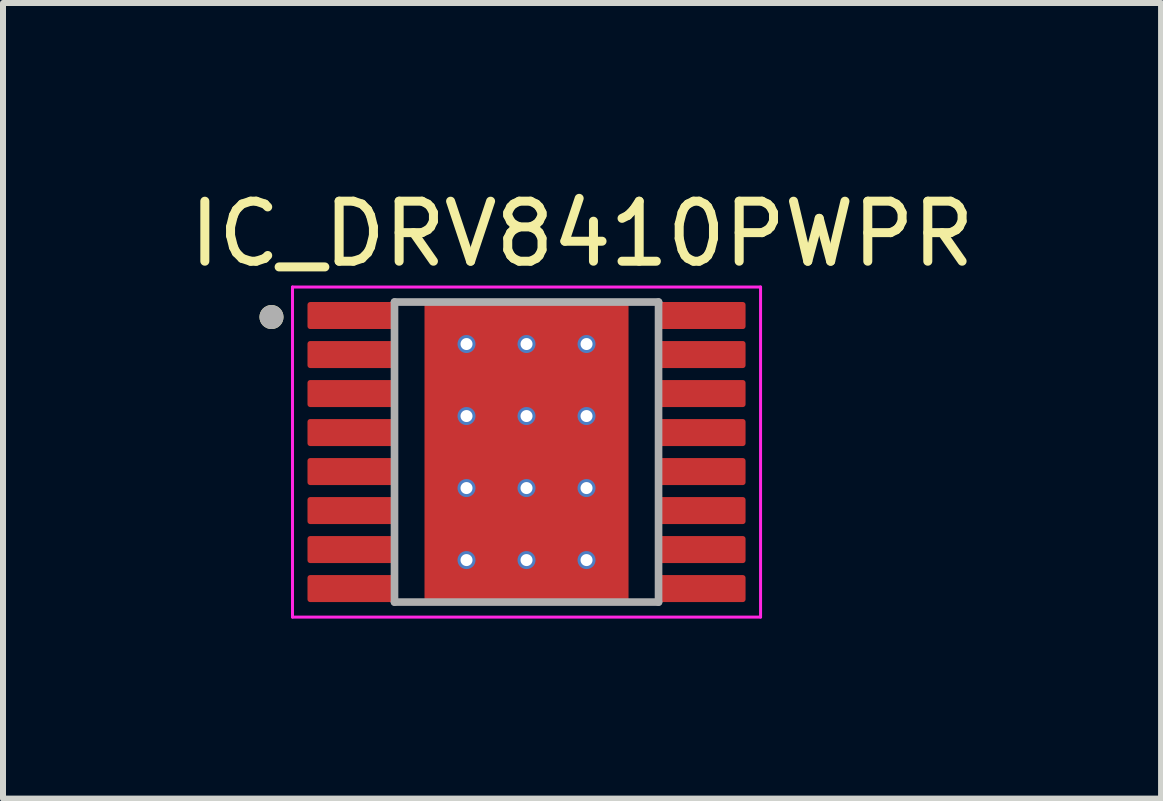
<source format=kicad_pcb>
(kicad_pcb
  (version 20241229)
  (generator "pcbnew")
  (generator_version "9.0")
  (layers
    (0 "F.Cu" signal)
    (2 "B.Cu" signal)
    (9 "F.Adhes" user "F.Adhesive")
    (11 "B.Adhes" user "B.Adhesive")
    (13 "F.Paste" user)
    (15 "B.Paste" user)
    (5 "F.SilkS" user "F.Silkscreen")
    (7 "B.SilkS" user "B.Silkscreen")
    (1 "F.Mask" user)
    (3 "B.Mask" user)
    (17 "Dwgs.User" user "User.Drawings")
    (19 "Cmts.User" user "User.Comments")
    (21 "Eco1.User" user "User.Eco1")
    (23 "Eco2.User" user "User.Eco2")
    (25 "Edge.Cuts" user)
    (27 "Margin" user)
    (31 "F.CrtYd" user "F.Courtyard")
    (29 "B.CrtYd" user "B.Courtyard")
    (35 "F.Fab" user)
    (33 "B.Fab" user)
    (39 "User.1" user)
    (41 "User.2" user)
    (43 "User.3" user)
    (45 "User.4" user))
  (footprint "IC_DRV8410PWPR"
    (layer "F.Cu")
    (at 5.724 4.483)
    (property "Reference" "IC_DRV8410PWPR" (at 0.925 -3.635 0) (layer "F.SilkS") (effects (font (size 1 1) (thickness 0.15))))
    (attr smd)
    (fp_poly (pts (xy -3.6 -2.55) (xy -2.2 -2.55) (xy -2.195 -2.55) (xy -2.19 -2.549) (xy -2.184 -2.549) (xy -2.179 -2.548) (xy -2.174 -2.547) (xy -2.169 -2.545) (xy -2.164 -2.543) (xy -2.159 -2.541) (xy -2.155 -2.539) (xy -2.15 -2.537) (xy -2.146 -2.534) (xy -2.141 -2.531) (xy -2.137 -2.528) (xy -2.133 -2.524) (xy -2.129 -2.521) (xy -2.126 -2.517) (xy -2.122 -2.513) (xy -2.119 -2.509) (xy -2.116 -2.504) (xy -2.113 -2.5) (xy -2.111 -2.495) (xy -2.109 -2.491) (xy -2.107 -2.486) (xy -2.105 -2.481) (xy -2.103 -2.476) (xy -2.102 -2.471) (xy -2.101 -2.466) (xy -2.101 -2.46) (xy -2.1 -2.455) (xy -2.1 -2.45) (xy -2.1 -2.1) (xy -2.1 -2.095) (xy -2.101 -2.09) (xy -2.101 -2.084) (xy -2.102 -2.079) (xy -2.103 -2.074) (xy -2.105 -2.069) (xy -2.107 -2.064) (xy -2.109 -2.059) (xy -2.111 -2.055) (xy -2.113 -2.05) (xy -2.116 -2.046) (xy -2.119 -2.041) (xy -2.122 -2.037) (xy -2.126 -2.033) (xy -2.129 -2.029) (xy -2.133 -2.026) (xy -2.137 -2.022) (xy -2.141 -2.019) (xy -2.146 -2.016) (xy -2.15 -2.013) (xy -2.155 -2.011) (xy -2.159 -2.009) (xy -2.164 -2.007) (xy -2.169 -2.005) (xy -2.174 -2.003) (xy -2.179 -2.002) (xy -2.184 -2.001) (xy -2.19 -2.001) (xy -2.195 -2) (xy -2.2 -2) (xy -3.6 -2) (xy -3.605 -2) (xy -3.61 -2.001) (xy -3.616 -2.001) (xy -3.621 -2.002) (xy -3.626 -2.003) (xy -3.631 -2.005) (xy -3.636 -2.007) (xy -3.641 -2.009) (xy -3.645 -2.011) (xy -3.65 -2.013) (xy -3.654 -2.016) (xy -3.659 -2.019) (xy -3.663 -2.022) (xy -3.667 -2.026) (xy -3.671 -2.029) (xy -3.674 -2.033) (xy -3.678 -2.037) (xy -3.681 -2.041) (xy -3.684 -2.046) (xy -3.687 -2.05) (xy -3.689 -2.055) (xy -3.691 -2.059) (xy -3.693 -2.064) (xy -3.695 -2.069) (xy -3.697 -2.074) (xy -3.698 -2.079) (xy -3.699 -2.084) (xy -3.699 -2.09) (xy -3.7 -2.095) (xy -3.7 -2.1) (xy -3.7 -2.45) (xy -3.7 -2.455) (xy -3.699 -2.46) (xy -3.699 -2.466) (xy -3.698 -2.471) (xy -3.697 -2.476) (xy -3.695 -2.481) (xy -3.693 -2.486) (xy -3.691 -2.491) (xy -3.689 -2.495) (xy -3.687 -2.5) (xy -3.684 -2.504) (xy -3.681 -2.509) (xy -3.678 -2.513) (xy -3.674 -2.517) (xy -3.671 -2.521) (xy -3.667 -2.524) (xy -3.663 -2.528) (xy -3.659 -2.531) (xy -3.654 -2.534) (xy -3.65 -2.537) (xy -3.645 -2.539) (xy -3.641 -2.541) (xy -3.636 -2.543) (xy -3.631 -2.545) (xy -3.626 -2.547) (xy -3.621 -2.548) (xy -3.616 -2.549) (xy -3.61 -2.549) (xy -3.605 -2.55) (xy -3.6 -2.55)) (stroke (width 0.01) (type solid)) (fill yes) (layer "F.Mask"))
    (fp_poly (pts (xy -3.6 -1.9) (xy -2.2 -1.9) (xy -2.195 -1.9) (xy -2.19 -1.899) (xy -2.184 -1.899) (xy -2.179 -1.898) (xy -2.174 -1.897) (xy -2.169 -1.895) (xy -2.164 -1.893) (xy -2.159 -1.891) (xy -2.155 -1.889) (xy -2.15 -1.887) (xy -2.146 -1.884) (xy -2.141 -1.881) (xy -2.137 -1.878) (xy -2.133 -1.874) (xy -2.129 -1.871) (xy -2.126 -1.867) (xy -2.122 -1.863) (xy -2.119 -1.859) (xy -2.116 -1.854) (xy -2.113 -1.85) (xy -2.111 -1.845) (xy -2.109 -1.841) (xy -2.107 -1.836) (xy -2.105 -1.831) (xy -2.103 -1.826) (xy -2.102 -1.821) (xy -2.101 -1.816) (xy -2.101 -1.81) (xy -2.1 -1.805) (xy -2.1 -1.8) (xy -2.1 -1.45) (xy -2.1 -1.445) (xy -2.101 -1.44) (xy -2.101 -1.434) (xy -2.102 -1.429) (xy -2.103 -1.424) (xy -2.105 -1.419) (xy -2.107 -1.414) (xy -2.109 -1.409) (xy -2.111 -1.405) (xy -2.113 -1.4) (xy -2.116 -1.396) (xy -2.119 -1.391) (xy -2.122 -1.387) (xy -2.126 -1.383) (xy -2.129 -1.379) (xy -2.133 -1.376) (xy -2.137 -1.372) (xy -2.141 -1.369) (xy -2.146 -1.366) (xy -2.15 -1.363) (xy -2.155 -1.361) (xy -2.159 -1.359) (xy -2.164 -1.357) (xy -2.169 -1.355) (xy -2.174 -1.353) (xy -2.179 -1.352) (xy -2.184 -1.351) (xy -2.19 -1.351) (xy -2.195 -1.35) (xy -2.2 -1.35) (xy -3.6 -1.35) (xy -3.605 -1.35) (xy -3.61 -1.351) (xy -3.616 -1.351) (xy -3.621 -1.352) (xy -3.626 -1.353) (xy -3.631 -1.355) (xy -3.636 -1.357) (xy -3.641 -1.359) (xy -3.645 -1.361) (xy -3.65 -1.363) (xy -3.654 -1.366) (xy -3.659 -1.369) (xy -3.663 -1.372) (xy -3.667 -1.376) (xy -3.671 -1.379) (xy -3.674 -1.383) (xy -3.678 -1.387) (xy -3.681 -1.391) (xy -3.684 -1.396) (xy -3.687 -1.4) (xy -3.689 -1.405) (xy -3.691 -1.409) (xy -3.693 -1.414) (xy -3.695 -1.419) (xy -3.697 -1.424) (xy -3.698 -1.429) (xy -3.699 -1.434) (xy -3.699 -1.44) (xy -3.7 -1.445) (xy -3.7 -1.45) (xy -3.7 -1.8) (xy -3.7 -1.805) (xy -3.699 -1.81) (xy -3.699 -1.816) (xy -3.698 -1.821) (xy -3.697 -1.826) (xy -3.695 -1.831) (xy -3.693 -1.836) (xy -3.691 -1.841) (xy -3.689 -1.845) (xy -3.687 -1.85) (xy -3.684 -1.854) (xy -3.681 -1.859) (xy -3.678 -1.863) (xy -3.674 -1.867) (xy -3.671 -1.871) (xy -3.667 -1.874) (xy -3.663 -1.878) (xy -3.659 -1.881) (xy -3.654 -1.884) (xy -3.65 -1.887) (xy -3.645 -1.889) (xy -3.641 -1.891) (xy -3.636 -1.893) (xy -3.631 -1.895) (xy -3.626 -1.897) (xy -3.621 -1.898) (xy -3.616 -1.899) (xy -3.61 -1.899) (xy -3.605 -1.9) (xy -3.6 -1.9)) (stroke (width 0.01) (type solid)) (fill yes) (layer "F.Mask"))
    (fp_poly (pts (xy -3.6 -1.25) (xy -2.2 -1.25) (xy -2.195 -1.25) (xy -2.19 -1.249) (xy -2.184 -1.249) (xy -2.179 -1.248) (xy -2.174 -1.247) (xy -2.169 -1.245) (xy -2.164 -1.243) (xy -2.159 -1.241) (xy -2.155 -1.239) (xy -2.15 -1.237) (xy -2.146 -1.234) (xy -2.141 -1.231) (xy -2.137 -1.228) (xy -2.133 -1.224) (xy -2.129 -1.221) (xy -2.126 -1.217) (xy -2.122 -1.213) (xy -2.119 -1.209) (xy -2.116 -1.204) (xy -2.113 -1.2) (xy -2.111 -1.195) (xy -2.109 -1.191) (xy -2.107 -1.186) (xy -2.105 -1.181) (xy -2.103 -1.176) (xy -2.102 -1.171) (xy -2.101 -1.166) (xy -2.101 -1.16) (xy -2.1 -1.155) (xy -2.1 -1.15) (xy -2.1 -0.8) (xy -2.1 -0.795) (xy -2.101 -0.79) (xy -2.101 -0.784) (xy -2.102 -0.779) (xy -2.103 -0.774) (xy -2.105 -0.769) (xy -2.107 -0.764) (xy -2.109 -0.759) (xy -2.111 -0.755) (xy -2.113 -0.75) (xy -2.116 -0.746) (xy -2.119 -0.741) (xy -2.122 -0.737) (xy -2.126 -0.733) (xy -2.129 -0.729) (xy -2.133 -0.726) (xy -2.137 -0.722) (xy -2.141 -0.719) (xy -2.146 -0.716) (xy -2.15 -0.713) (xy -2.155 -0.711) (xy -2.159 -0.709) (xy -2.164 -0.707) (xy -2.169 -0.705) (xy -2.174 -0.703) (xy -2.179 -0.702) (xy -2.184 -0.701) (xy -2.19 -0.701) (xy -2.195 -0.7) (xy -2.2 -0.7) (xy -3.6 -0.7) (xy -3.605 -0.7) (xy -3.61 -0.701) (xy -3.616 -0.701) (xy -3.621 -0.702) (xy -3.626 -0.703) (xy -3.631 -0.705) (xy -3.636 -0.707) (xy -3.641 -0.709) (xy -3.645 -0.711) (xy -3.65 -0.713) (xy -3.654 -0.716) (xy -3.659 -0.719) (xy -3.663 -0.722) (xy -3.667 -0.726) (xy -3.671 -0.729) (xy -3.674 -0.733) (xy -3.678 -0.737) (xy -3.681 -0.741) (xy -3.684 -0.746) (xy -3.687 -0.75) (xy -3.689 -0.755) (xy -3.691 -0.759) (xy -3.693 -0.764) (xy -3.695 -0.769) (xy -3.697 -0.774) (xy -3.698 -0.779) (xy -3.699 -0.784) (xy -3.699 -0.79) (xy -3.7 -0.795) (xy -3.7 -0.8) (xy -3.7 -1.15) (xy -3.7 -1.155) (xy -3.699 -1.16) (xy -3.699 -1.166) (xy -3.698 -1.171) (xy -3.697 -1.176) (xy -3.695 -1.181) (xy -3.693 -1.186) (xy -3.691 -1.191) (xy -3.689 -1.195) (xy -3.687 -1.2) (xy -3.684 -1.204) (xy -3.681 -1.209) (xy -3.678 -1.213) (xy -3.674 -1.217) (xy -3.671 -1.221) (xy -3.667 -1.224) (xy -3.663 -1.228) (xy -3.659 -1.231) (xy -3.654 -1.234) (xy -3.65 -1.237) (xy -3.645 -1.239) (xy -3.641 -1.241) (xy -3.636 -1.243) (xy -3.631 -1.245) (xy -3.626 -1.247) (xy -3.621 -1.248) (xy -3.616 -1.249) (xy -3.61 -1.249) (xy -3.605 -1.25) (xy -3.6 -1.25)) (stroke (width 0.01) (type solid)) (fill yes) (layer "F.Mask"))
    (fp_poly (pts (xy -3.6 -0.6) (xy -2.2 -0.6) (xy -2.195 -0.6) (xy -2.19 -0.599) (xy -2.184 -0.599) (xy -2.179 -0.598) (xy -2.174 -0.597) (xy -2.169 -0.595) (xy -2.164 -0.593) (xy -2.159 -0.591) (xy -2.155 -0.589) (xy -2.15 -0.587) (xy -2.146 -0.584) (xy -2.141 -0.581) (xy -2.137 -0.578) (xy -2.133 -0.574) (xy -2.129 -0.571) (xy -2.126 -0.567) (xy -2.122 -0.563) (xy -2.119 -0.559) (xy -2.116 -0.554) (xy -2.113 -0.55) (xy -2.111 -0.545) (xy -2.109 -0.541) (xy -2.107 -0.536) (xy -2.105 -0.531) (xy -2.103 -0.526) (xy -2.102 -0.521) (xy -2.101 -0.516) (xy -2.101 -0.51) (xy -2.1 -0.505) (xy -2.1 -0.5) (xy -2.1 -0.15) (xy -2.1 -0.145) (xy -2.101 -0.14) (xy -2.101 -0.134) (xy -2.102 -0.129) (xy -2.103 -0.124) (xy -2.105 -0.119) (xy -2.107 -0.114) (xy -2.109 -0.109) (xy -2.111 -0.105) (xy -2.113 -0.1) (xy -2.116 -0.096) (xy -2.119 -0.091) (xy -2.122 -0.087) (xy -2.126 -0.083) (xy -2.129 -0.079) (xy -2.133 -0.076) (xy -2.137 -0.072) (xy -2.141 -0.069) (xy -2.146 -0.066) (xy -2.15 -0.063) (xy -2.155 -0.061) (xy -2.159 -0.059) (xy -2.164 -0.057) (xy -2.169 -0.055) (xy -2.174 -0.053) (xy -2.179 -0.052) (xy -2.184 -0.051) (xy -2.19 -0.051) (xy -2.195 -0.05) (xy -2.2 -0.05) (xy -3.6 -0.05) (xy -3.605 -0.05) (xy -3.61 -0.051) (xy -3.616 -0.051) (xy -3.621 -0.052) (xy -3.626 -0.053) (xy -3.631 -0.055) (xy -3.636 -0.057) (xy -3.641 -0.059) (xy -3.645 -0.061) (xy -3.65 -0.063) (xy -3.654 -0.066) (xy -3.659 -0.069) (xy -3.663 -0.072) (xy -3.667 -0.076) (xy -3.671 -0.079) (xy -3.674 -0.083) (xy -3.678 -0.087) (xy -3.681 -0.091) (xy -3.684 -0.096) (xy -3.687 -0.1) (xy -3.689 -0.105) (xy -3.691 -0.109) (xy -3.693 -0.114) (xy -3.695 -0.119) (xy -3.697 -0.124) (xy -3.698 -0.129) (xy -3.699 -0.134) (xy -3.699 -0.14) (xy -3.7 -0.145) (xy -3.7 -0.15) (xy -3.7 -0.5) (xy -3.7 -0.505) (xy -3.699 -0.51) (xy -3.699 -0.516) (xy -3.698 -0.521) (xy -3.697 -0.526) (xy -3.695 -0.531) (xy -3.693 -0.536) (xy -3.691 -0.541) (xy -3.689 -0.545) (xy -3.687 -0.55) (xy -3.684 -0.554) (xy -3.681 -0.559) (xy -3.678 -0.563) (xy -3.674 -0.567) (xy -3.671 -0.571) (xy -3.667 -0.574) (xy -3.663 -0.578) (xy -3.659 -0.581) (xy -3.654 -0.584) (xy -3.65 -0.587) (xy -3.645 -0.589) (xy -3.641 -0.591) (xy -3.636 -0.593) (xy -3.631 -0.595) (xy -3.626 -0.597) (xy -3.621 -0.598) (xy -3.616 -0.599) (xy -3.61 -0.599) (xy -3.605 -0.6) (xy -3.6 -0.6)) (stroke (width 0.01) (type solid)) (fill yes) (layer "F.Mask"))
    (fp_poly (pts (xy -3.6 0.05) (xy -2.2 0.05) (xy -2.195 0.05) (xy -2.19 0.051) (xy -2.184 0.051) (xy -2.179 0.052) (xy -2.174 0.053) (xy -2.169 0.055) (xy -2.164 0.057) (xy -2.159 0.059) (xy -2.155 0.061) (xy -2.15 0.063) (xy -2.146 0.066) (xy -2.141 0.069) (xy -2.137 0.072) (xy -2.133 0.076) (xy -2.129 0.079) (xy -2.126 0.083) (xy -2.122 0.087) (xy -2.119 0.091) (xy -2.116 0.096) (xy -2.113 0.1) (xy -2.111 0.105) (xy -2.109 0.109) (xy -2.107 0.114) (xy -2.105 0.119) (xy -2.103 0.124) (xy -2.102 0.129) (xy -2.101 0.134) (xy -2.101 0.14) (xy -2.1 0.145) (xy -2.1 0.15) (xy -2.1 0.5) (xy -2.1 0.505) (xy -2.101 0.51) (xy -2.101 0.516) (xy -2.102 0.521) (xy -2.103 0.526) (xy -2.105 0.531) (xy -2.107 0.536) (xy -2.109 0.541) (xy -2.111 0.545) (xy -2.113 0.55) (xy -2.116 0.554) (xy -2.119 0.559) (xy -2.122 0.563) (xy -2.126 0.567) (xy -2.129 0.571) (xy -2.133 0.574) (xy -2.137 0.578) (xy -2.141 0.581) (xy -2.146 0.584) (xy -2.15 0.587) (xy -2.155 0.589) (xy -2.159 0.591) (xy -2.164 0.593) (xy -2.169 0.595) (xy -2.174 0.597) (xy -2.179 0.598) (xy -2.184 0.599) (xy -2.19 0.599) (xy -2.195 0.6) (xy -2.2 0.6) (xy -3.6 0.6) (xy -3.605 0.6) (xy -3.61 0.599) (xy -3.616 0.599) (xy -3.621 0.598) (xy -3.626 0.597) (xy -3.631 0.595) (xy -3.636 0.593) (xy -3.641 0.591) (xy -3.645 0.589) (xy -3.65 0.587) (xy -3.654 0.584) (xy -3.659 0.581) (xy -3.663 0.578) (xy -3.667 0.574) (xy -3.671 0.571) (xy -3.674 0.567) (xy -3.678 0.563) (xy -3.681 0.559) (xy -3.684 0.554) (xy -3.687 0.55) (xy -3.689 0.545) (xy -3.691 0.541) (xy -3.693 0.536) (xy -3.695 0.531) (xy -3.697 0.526) (xy -3.698 0.521) (xy -3.699 0.516) (xy -3.699 0.51) (xy -3.7 0.505) (xy -3.7 0.5) (xy -3.7 0.15) (xy -3.7 0.145) (xy -3.699 0.14) (xy -3.699 0.134) (xy -3.698 0.129) (xy -3.697 0.124) (xy -3.695 0.119) (xy -3.693 0.114) (xy -3.691 0.109) (xy -3.689 0.105) (xy -3.687 0.1) (xy -3.684 0.096) (xy -3.681 0.091) (xy -3.678 0.087) (xy -3.674 0.083) (xy -3.671 0.079) (xy -3.667 0.076) (xy -3.663 0.072) (xy -3.659 0.069) (xy -3.654 0.066) (xy -3.65 0.063) (xy -3.645 0.061) (xy -3.641 0.059) (xy -3.636 0.057) (xy -3.631 0.055) (xy -3.626 0.053) (xy -3.621 0.052) (xy -3.616 0.051) (xy -3.61 0.051) (xy -3.605 0.05) (xy -3.6 0.05)) (stroke (width 0.01) (type solid)) (fill yes) (layer "F.Mask"))
    (fp_poly (pts (xy -3.6 0.7) (xy -2.2 0.7) (xy -2.195 0.7) (xy -2.19 0.701) (xy -2.184 0.701) (xy -2.179 0.702) (xy -2.174 0.703) (xy -2.169 0.705) (xy -2.164 0.707) (xy -2.159 0.709) (xy -2.155 0.711) (xy -2.15 0.713) (xy -2.146 0.716) (xy -2.141 0.719) (xy -2.137 0.722) (xy -2.133 0.726) (xy -2.129 0.729) (xy -2.126 0.733) (xy -2.122 0.737) (xy -2.119 0.741) (xy -2.116 0.746) (xy -2.113 0.75) (xy -2.111 0.755) (xy -2.109 0.759) (xy -2.107 0.764) (xy -2.105 0.769) (xy -2.103 0.774) (xy -2.102 0.779) (xy -2.101 0.784) (xy -2.101 0.79) (xy -2.1 0.795) (xy -2.1 0.8) (xy -2.1 1.15) (xy -2.1 1.155) (xy -2.101 1.16) (xy -2.101 1.166) (xy -2.102 1.171) (xy -2.103 1.176) (xy -2.105 1.181) (xy -2.107 1.186) (xy -2.109 1.191) (xy -2.111 1.195) (xy -2.113 1.2) (xy -2.116 1.204) (xy -2.119 1.209) (xy -2.122 1.213) (xy -2.126 1.217) (xy -2.129 1.221) (xy -2.133 1.224) (xy -2.137 1.228) (xy -2.141 1.231) (xy -2.146 1.234) (xy -2.15 1.237) (xy -2.155 1.239) (xy -2.159 1.241) (xy -2.164 1.243) (xy -2.169 1.245) (xy -2.174 1.247) (xy -2.179 1.248) (xy -2.184 1.249) (xy -2.19 1.249) (xy -2.195 1.25) (xy -2.2 1.25) (xy -3.6 1.25) (xy -3.605 1.25) (xy -3.61 1.249) (xy -3.616 1.249) (xy -3.621 1.248) (xy -3.626 1.247) (xy -3.631 1.245) (xy -3.636 1.243) (xy -3.641 1.241) (xy -3.645 1.239) (xy -3.65 1.237) (xy -3.654 1.234) (xy -3.659 1.231) (xy -3.663 1.228) (xy -3.667 1.224) (xy -3.671 1.221) (xy -3.674 1.217) (xy -3.678 1.213) (xy -3.681 1.209) (xy -3.684 1.204) (xy -3.687 1.2) (xy -3.689 1.195) (xy -3.691 1.191) (xy -3.693 1.186) (xy -3.695 1.181) (xy -3.697 1.176) (xy -3.698 1.171) (xy -3.699 1.166) (xy -3.699 1.16) (xy -3.7 1.155) (xy -3.7 1.15) (xy -3.7 0.8) (xy -3.7 0.795) (xy -3.699 0.79) (xy -3.699 0.784) (xy -3.698 0.779) (xy -3.697 0.774) (xy -3.695 0.769) (xy -3.693 0.764) (xy -3.691 0.759) (xy -3.689 0.755) (xy -3.687 0.75) (xy -3.684 0.746) (xy -3.681 0.741) (xy -3.678 0.737) (xy -3.674 0.733) (xy -3.671 0.729) (xy -3.667 0.726) (xy -3.663 0.722) (xy -3.659 0.719) (xy -3.654 0.716) (xy -3.65 0.713) (xy -3.645 0.711) (xy -3.641 0.709) (xy -3.636 0.707) (xy -3.631 0.705) (xy -3.626 0.703) (xy -3.621 0.702) (xy -3.616 0.701) (xy -3.61 0.701) (xy -3.605 0.7) (xy -3.6 0.7)) (stroke (width 0.01) (type solid)) (fill yes) (layer "F.Mask"))
    (fp_poly (pts (xy -3.6 1.35) (xy -2.2 1.35) (xy -2.195 1.35) (xy -2.19 1.351) (xy -2.184 1.351) (xy -2.179 1.352) (xy -2.174 1.353) (xy -2.169 1.355) (xy -2.164 1.357) (xy -2.159 1.359) (xy -2.155 1.361) (xy -2.15 1.363) (xy -2.146 1.366) (xy -2.141 1.369) (xy -2.137 1.372) (xy -2.133 1.376) (xy -2.129 1.379) (xy -2.126 1.383) (xy -2.122 1.387) (xy -2.119 1.391) (xy -2.116 1.396) (xy -2.113 1.4) (xy -2.111 1.405) (xy -2.109 1.409) (xy -2.107 1.414) (xy -2.105 1.419) (xy -2.103 1.424) (xy -2.102 1.429) (xy -2.101 1.434) (xy -2.101 1.44) (xy -2.1 1.445) (xy -2.1 1.45) (xy -2.1 1.8) (xy -2.1 1.805) (xy -2.101 1.81) (xy -2.101 1.816) (xy -2.102 1.821) (xy -2.103 1.826) (xy -2.105 1.831) (xy -2.107 1.836) (xy -2.109 1.841) (xy -2.111 1.845) (xy -2.113 1.85) (xy -2.116 1.854) (xy -2.119 1.859) (xy -2.122 1.863) (xy -2.126 1.867) (xy -2.129 1.871) (xy -2.133 1.874) (xy -2.137 1.878) (xy -2.141 1.881) (xy -2.146 1.884) (xy -2.15 1.887) (xy -2.155 1.889) (xy -2.159 1.891) (xy -2.164 1.893) (xy -2.169 1.895) (xy -2.174 1.897) (xy -2.179 1.898) (xy -2.184 1.899) (xy -2.19 1.899) (xy -2.195 1.9) (xy -2.2 1.9) (xy -3.6 1.9) (xy -3.605 1.9) (xy -3.61 1.899) (xy -3.616 1.899) (xy -3.621 1.898) (xy -3.626 1.897) (xy -3.631 1.895) (xy -3.636 1.893) (xy -3.641 1.891) (xy -3.645 1.889) (xy -3.65 1.887) (xy -3.654 1.884) (xy -3.659 1.881) (xy -3.663 1.878) (xy -3.667 1.874) (xy -3.671 1.871) (xy -3.674 1.867) (xy -3.678 1.863) (xy -3.681 1.859) (xy -3.684 1.854) (xy -3.687 1.85) (xy -3.689 1.845) (xy -3.691 1.841) (xy -3.693 1.836) (xy -3.695 1.831) (xy -3.697 1.826) (xy -3.698 1.821) (xy -3.699 1.816) (xy -3.699 1.81) (xy -3.7 1.805) (xy -3.7 1.8) (xy -3.7 1.45) (xy -3.7 1.445) (xy -3.699 1.44) (xy -3.699 1.434) (xy -3.698 1.429) (xy -3.697 1.424) (xy -3.695 1.419) (xy -3.693 1.414) (xy -3.691 1.409) (xy -3.689 1.405) (xy -3.687 1.4) (xy -3.684 1.396) (xy -3.681 1.391) (xy -3.678 1.387) (xy -3.674 1.383) (xy -3.671 1.379) (xy -3.667 1.376) (xy -3.663 1.372) (xy -3.659 1.369) (xy -3.654 1.366) (xy -3.65 1.363) (xy -3.645 1.361) (xy -3.641 1.359) (xy -3.636 1.357) (xy -3.631 1.355) (xy -3.626 1.353) (xy -3.621 1.352) (xy -3.616 1.351) (xy -3.61 1.351) (xy -3.605 1.35) (xy -3.6 1.35)) (stroke (width 0.01) (type solid)) (fill yes) (layer "F.Mask"))
    (fp_poly (pts (xy -3.6 2) (xy -2.2 2) (xy -2.195 2) (xy -2.19 2.001) (xy -2.184 2.001) (xy -2.179 2.002) (xy -2.174 2.003) (xy -2.169 2.005) (xy -2.164 2.007) (xy -2.159 2.009) (xy -2.155 2.011) (xy -2.15 2.013) (xy -2.146 2.016) (xy -2.141 2.019) (xy -2.137 2.022) (xy -2.133 2.026) (xy -2.129 2.029) (xy -2.126 2.033) (xy -2.122 2.037) (xy -2.119 2.041) (xy -2.116 2.046) (xy -2.113 2.05) (xy -2.111 2.055) (xy -2.109 2.059) (xy -2.107 2.064) (xy -2.105 2.069) (xy -2.103 2.074) (xy -2.102 2.079) (xy -2.101 2.084) (xy -2.101 2.09) (xy -2.1 2.095) (xy -2.1 2.1) (xy -2.1 2.45) (xy -2.1 2.455) (xy -2.101 2.46) (xy -2.101 2.466) (xy -2.102 2.471) (xy -2.103 2.476) (xy -2.105 2.481) (xy -2.107 2.486) (xy -2.109 2.491) (xy -2.111 2.495) (xy -2.113 2.5) (xy -2.116 2.504) (xy -2.119 2.509) (xy -2.122 2.513) (xy -2.126 2.517) (xy -2.129 2.521) (xy -2.133 2.524) (xy -2.137 2.528) (xy -2.141 2.531) (xy -2.146 2.534) (xy -2.15 2.537) (xy -2.155 2.539) (xy -2.159 2.541) (xy -2.164 2.543) (xy -2.169 2.545) (xy -2.174 2.547) (xy -2.179 2.548) (xy -2.184 2.549) (xy -2.19 2.549) (xy -2.195 2.55) (xy -2.2 2.55) (xy -3.6 2.55) (xy -3.605 2.55) (xy -3.61 2.549) (xy -3.616 2.549) (xy -3.621 2.548) (xy -3.626 2.547) (xy -3.631 2.545) (xy -3.636 2.543) (xy -3.641 2.541) (xy -3.645 2.539) (xy -3.65 2.537) (xy -3.654 2.534) (xy -3.659 2.531) (xy -3.663 2.528) (xy -3.667 2.524) (xy -3.671 2.521) (xy -3.674 2.517) (xy -3.678 2.513) (xy -3.681 2.509) (xy -3.684 2.504) (xy -3.687 2.5) (xy -3.689 2.495) (xy -3.691 2.491) (xy -3.693 2.486) (xy -3.695 2.481) (xy -3.697 2.476) (xy -3.698 2.471) (xy -3.699 2.466) (xy -3.699 2.46) (xy -3.7 2.455) (xy -3.7 2.45) (xy -3.7 2.1) (xy -3.7 2.095) (xy -3.699 2.09) (xy -3.699 2.084) (xy -3.698 2.079) (xy -3.697 2.074) (xy -3.695 2.069) (xy -3.693 2.064) (xy -3.691 2.059) (xy -3.689 2.055) (xy -3.687 2.05) (xy -3.684 2.046) (xy -3.681 2.041) (xy -3.678 2.037) (xy -3.674 2.033) (xy -3.671 2.029) (xy -3.667 2.026) (xy -3.663 2.022) (xy -3.659 2.019) (xy -3.654 2.016) (xy -3.65 2.013) (xy -3.645 2.011) (xy -3.641 2.009) (xy -3.636 2.007) (xy -3.631 2.005) (xy -3.626 2.003) (xy -3.621 2.002) (xy -3.616 2.001) (xy -3.61 2.001) (xy -3.605 2) (xy -3.6 2)) (stroke (width 0.01) (type solid)) (fill yes) (layer "F.Mask"))
    (fp_poly (pts (xy -1.25 1.27) (xy -1.25 -1.27) (xy -1.25 -1.273) (xy -1.25 -1.275) (xy -1.249 -1.278) (xy -1.249 -1.28) (xy -1.248 -1.283) (xy -1.248 -1.285) (xy -1.247 -1.288) (xy -1.246 -1.29) (xy -1.245 -1.293) (xy -1.243 -1.295) (xy -1.242 -1.297) (xy -1.24 -1.299) (xy -1.239 -1.301) (xy -1.237 -1.303) (xy -1.235 -1.305) (xy -1.233 -1.307) (xy -1.231 -1.309) (xy -1.229 -1.31) (xy -1.227 -1.312) (xy -1.225 -1.313) (xy -1.223 -1.315) (xy -1.22 -1.316) (xy -1.218 -1.317) (xy -1.215 -1.318) (xy -1.213 -1.318) (xy -1.21 -1.319) (xy -1.208 -1.319) (xy -1.205 -1.32) (xy -1.203 -1.32) (xy -1.2 -1.32) (xy 1.2 -1.32) (xy 1.203 -1.32) (xy 1.205 -1.32) (xy 1.208 -1.319) (xy 1.21 -1.319) (xy 1.213 -1.318) (xy 1.215 -1.318) (xy 1.218 -1.317) (xy 1.22 -1.316) (xy 1.223 -1.315) (xy 1.225 -1.313) (xy 1.227 -1.312) (xy 1.229 -1.31) (xy 1.231 -1.309) (xy 1.233 -1.307) (xy 1.235 -1.305) (xy 1.237 -1.303) (xy 1.239 -1.301) (xy 1.24 -1.299) (xy 1.242 -1.297) (xy 1.243 -1.295) (xy 1.245 -1.293) (xy 1.246 -1.29) (xy 1.247 -1.288) (xy 1.248 -1.285) (xy 1.248 -1.283) (xy 1.249 -1.28) (xy 1.249 -1.278) (xy 1.25 -1.275) (xy 1.25 -1.273) (xy 1.25 -1.27) (xy 1.25 1.27) (xy 1.25 1.273) (xy 1.25 1.275) (xy 1.249 1.278) (xy 1.249 1.28) (xy 1.248 1.283) (xy 1.248 1.285) (xy 1.247 1.288) (xy 1.246 1.29) (xy 1.245 1.293) (xy 1.243 1.295) (xy 1.242 1.297) (xy 1.24 1.299) (xy 1.239 1.301) (xy 1.237 1.303) (xy 1.235 1.305) (xy 1.233 1.307) (xy 1.231 1.309) (xy 1.229 1.31) (xy 1.227 1.312) (xy 1.225 1.313) (xy 1.223 1.315) (xy 1.22 1.316) (xy 1.218 1.317) (xy 1.215 1.318) (xy 1.213 1.318) (xy 1.21 1.319) (xy 1.208 1.319) (xy 1.205 1.32) (xy 1.203 1.32) (xy 1.2 1.32) (xy -1.2 1.32) (xy -1.203 1.32) (xy -1.205 1.32) (xy -1.208 1.319) (xy -1.21 1.319) (xy -1.213 1.318) (xy -1.215 1.318) (xy -1.218 1.317) (xy -1.22 1.316) (xy -1.223 1.315) (xy -1.225 1.313) (xy -1.227 1.312) (xy -1.229 1.31) (xy -1.231 1.309) (xy -1.233 1.307) (xy -1.235 1.305) (xy -1.237 1.303) (xy -1.239 1.301) (xy -1.24 1.299) (xy -1.242 1.297) (xy -1.243 1.295) (xy -1.245 1.293) (xy -1.246 1.29) (xy -1.247 1.288) (xy -1.248 1.285) (xy -1.248 1.283) (xy -1.249 1.28) (xy -1.249 1.278) (xy -1.25 1.275) (xy -1.25 1.273) (xy -1.25 1.27)) (stroke (width 0.01) (type solid)) (fill yes) (layer "F.Mask"))
    (fp_poly (pts (xy 3.6 -2) (xy 2.2 -2) (xy 2.195 -2) (xy 2.19 -2.001) (xy 2.184 -2.001) (xy 2.179 -2.002) (xy 2.174 -2.003) (xy 2.169 -2.005) (xy 2.164 -2.007) (xy 2.159 -2.009) (xy 2.155 -2.011) (xy 2.15 -2.013) (xy 2.146 -2.016) (xy 2.141 -2.019) (xy 2.137 -2.022) (xy 2.133 -2.026) (xy 2.129 -2.029) (xy 2.126 -2.033) (xy 2.122 -2.037) (xy 2.119 -2.041) (xy 2.116 -2.046) (xy 2.113 -2.05) (xy 2.111 -2.055) (xy 2.109 -2.059) (xy 2.107 -2.064) (xy 2.105 -2.069) (xy 2.103 -2.074) (xy 2.102 -2.079) (xy 2.101 -2.084) (xy 2.101 -2.09) (xy 2.1 -2.095) (xy 2.1 -2.1) (xy 2.1 -2.45) (xy 2.1 -2.455) (xy 2.101 -2.46) (xy 2.101 -2.466) (xy 2.102 -2.471) (xy 2.103 -2.476) (xy 2.105 -2.481) (xy 2.107 -2.486) (xy 2.109 -2.491) (xy 2.111 -2.495) (xy 2.113 -2.5) (xy 2.116 -2.504) (xy 2.119 -2.509) (xy 2.122 -2.513) (xy 2.126 -2.517) (xy 2.129 -2.521) (xy 2.133 -2.524) (xy 2.137 -2.528) (xy 2.141 -2.531) (xy 2.146 -2.534) (xy 2.15 -2.537) (xy 2.155 -2.539) (xy 2.159 -2.541) (xy 2.164 -2.543) (xy 2.169 -2.545) (xy 2.174 -2.547) (xy 2.179 -2.548) (xy 2.184 -2.549) (xy 2.19 -2.549) (xy 2.195 -2.55) (xy 2.2 -2.55) (xy 3.6 -2.55) (xy 3.605 -2.55) (xy 3.61 -2.549) (xy 3.616 -2.549) (xy 3.621 -2.548) (xy 3.626 -2.547) (xy 3.631 -2.545) (xy 3.636 -2.543) (xy 3.641 -2.541) (xy 3.645 -2.539) (xy 3.65 -2.537) (xy 3.654 -2.534) (xy 3.659 -2.531) (xy 3.663 -2.528) (xy 3.667 -2.524) (xy 3.671 -2.521) (xy 3.674 -2.517) (xy 3.678 -2.513) (xy 3.681 -2.509) (xy 3.684 -2.504) (xy 3.687 -2.5) (xy 3.689 -2.495) (xy 3.691 -2.491) (xy 3.693 -2.486) (xy 3.695 -2.481) (xy 3.697 -2.476) (xy 3.698 -2.471) (xy 3.699 -2.466) (xy 3.699 -2.46) (xy 3.7 -2.455) (xy 3.7 -2.45) (xy 3.7 -2.1) (xy 3.7 -2.095) (xy 3.699 -2.09) (xy 3.699 -2.084) (xy 3.698 -2.079) (xy 3.697 -2.074) (xy 3.695 -2.069) (xy 3.693 -2.064) (xy 3.691 -2.059) (xy 3.689 -2.055) (xy 3.687 -2.05) (xy 3.684 -2.046) (xy 3.681 -2.041) (xy 3.678 -2.037) (xy 3.674 -2.033) (xy 3.671 -2.029) (xy 3.667 -2.026) (xy 3.663 -2.022) (xy 3.659 -2.019) (xy 3.654 -2.016) (xy 3.65 -2.013) (xy 3.645 -2.011) (xy 3.641 -2.009) (xy 3.636 -2.007) (xy 3.631 -2.005) (xy 3.626 -2.003) (xy 3.621 -2.002) (xy 3.616 -2.001) (xy 3.61 -2.001) (xy 3.605 -2) (xy 3.6 -2)) (stroke (width 0.01) (type solid)) (fill yes) (layer "F.Mask"))
    (fp_poly (pts (xy 3.6 -1.35) (xy 2.2 -1.35) (xy 2.195 -1.35) (xy 2.19 -1.351) (xy 2.184 -1.351) (xy 2.179 -1.352) (xy 2.174 -1.353) (xy 2.169 -1.355) (xy 2.164 -1.357) (xy 2.159 -1.359) (xy 2.155 -1.361) (xy 2.15 -1.363) (xy 2.146 -1.366) (xy 2.141 -1.369) (xy 2.137 -1.372) (xy 2.133 -1.376) (xy 2.129 -1.379) (xy 2.126 -1.383) (xy 2.122 -1.387) (xy 2.119 -1.391) (xy 2.116 -1.396) (xy 2.113 -1.4) (xy 2.111 -1.405) (xy 2.109 -1.409) (xy 2.107 -1.414) (xy 2.105 -1.419) (xy 2.103 -1.424) (xy 2.102 -1.429) (xy 2.101 -1.434) (xy 2.101 -1.44) (xy 2.1 -1.445) (xy 2.1 -1.45) (xy 2.1 -1.8) (xy 2.1 -1.805) (xy 2.101 -1.81) (xy 2.101 -1.816) (xy 2.102 -1.821) (xy 2.103 -1.826) (xy 2.105 -1.831) (xy 2.107 -1.836) (xy 2.109 -1.841) (xy 2.111 -1.845) (xy 2.113 -1.85) (xy 2.116 -1.854) (xy 2.119 -1.859) (xy 2.122 -1.863) (xy 2.126 -1.867) (xy 2.129 -1.871) (xy 2.133 -1.874) (xy 2.137 -1.878) (xy 2.141 -1.881) (xy 2.146 -1.884) (xy 2.15 -1.887) (xy 2.155 -1.889) (xy 2.159 -1.891) (xy 2.164 -1.893) (xy 2.169 -1.895) (xy 2.174 -1.897) (xy 2.179 -1.898) (xy 2.184 -1.899) (xy 2.19 -1.899) (xy 2.195 -1.9) (xy 2.2 -1.9) (xy 3.6 -1.9) (xy 3.605 -1.9) (xy 3.61 -1.899) (xy 3.616 -1.899) (xy 3.621 -1.898) (xy 3.626 -1.897) (xy 3.631 -1.895) (xy 3.636 -1.893) (xy 3.641 -1.891) (xy 3.645 -1.889) (xy 3.65 -1.887) (xy 3.654 -1.884) (xy 3.659 -1.881) (xy 3.663 -1.878) (xy 3.667 -1.874) (xy 3.671 -1.871) (xy 3.674 -1.867) (xy 3.678 -1.863) (xy 3.681 -1.859) (xy 3.684 -1.854) (xy 3.687 -1.85) (xy 3.689 -1.845) (xy 3.691 -1.841) (xy 3.693 -1.836) (xy 3.695 -1.831) (xy 3.697 -1.826) (xy 3.698 -1.821) (xy 3.699 -1.816) (xy 3.699 -1.81) (xy 3.7 -1.805) (xy 3.7 -1.8) (xy 3.7 -1.45) (xy 3.7 -1.445) (xy 3.699 -1.44) (xy 3.699 -1.434) (xy 3.698 -1.429) (xy 3.697 -1.424) (xy 3.695 -1.419) (xy 3.693 -1.414) (xy 3.691 -1.409) (xy 3.689 -1.405) (xy 3.687 -1.4) (xy 3.684 -1.396) (xy 3.681 -1.391) (xy 3.678 -1.387) (xy 3.674 -1.383) (xy 3.671 -1.379) (xy 3.667 -1.376) (xy 3.663 -1.372) (xy 3.659 -1.369) (xy 3.654 -1.366) (xy 3.65 -1.363) (xy 3.645 -1.361) (xy 3.641 -1.359) (xy 3.636 -1.357) (xy 3.631 -1.355) (xy 3.626 -1.353) (xy 3.621 -1.352) (xy 3.616 -1.351) (xy 3.61 -1.351) (xy 3.605 -1.35) (xy 3.6 -1.35)) (stroke (width 0.01) (type solid)) (fill yes) (layer "F.Mask"))
    (fp_poly (pts (xy 3.6 -0.7) (xy 2.2 -0.7) (xy 2.195 -0.7) (xy 2.19 -0.701) (xy 2.184 -0.701) (xy 2.179 -0.702) (xy 2.174 -0.703) (xy 2.169 -0.705) (xy 2.164 -0.707) (xy 2.159 -0.709) (xy 2.155 -0.711) (xy 2.15 -0.713) (xy 2.146 -0.716) (xy 2.141 -0.719) (xy 2.137 -0.722) (xy 2.133 -0.726) (xy 2.129 -0.729) (xy 2.126 -0.733) (xy 2.122 -0.737) (xy 2.119 -0.741) (xy 2.116 -0.746) (xy 2.113 -0.75) (xy 2.111 -0.755) (xy 2.109 -0.759) (xy 2.107 -0.764) (xy 2.105 -0.769) (xy 2.103 -0.774) (xy 2.102 -0.779) (xy 2.101 -0.784) (xy 2.101 -0.79) (xy 2.1 -0.795) (xy 2.1 -0.8) (xy 2.1 -1.15) (xy 2.1 -1.155) (xy 2.101 -1.16) (xy 2.101 -1.166) (xy 2.102 -1.171) (xy 2.103 -1.176) (xy 2.105 -1.181) (xy 2.107 -1.186) (xy 2.109 -1.191) (xy 2.111 -1.195) (xy 2.113 -1.2) (xy 2.116 -1.204) (xy 2.119 -1.209) (xy 2.122 -1.213) (xy 2.126 -1.217) (xy 2.129 -1.221) (xy 2.133 -1.224) (xy 2.137 -1.228) (xy 2.141 -1.231) (xy 2.146 -1.234) (xy 2.15 -1.237) (xy 2.155 -1.239) (xy 2.159 -1.241) (xy 2.164 -1.243) (xy 2.169 -1.245) (xy 2.174 -1.247) (xy 2.179 -1.248) (xy 2.184 -1.249) (xy 2.19 -1.249) (xy 2.195 -1.25) (xy 2.2 -1.25) (xy 3.6 -1.25) (xy 3.605 -1.25) (xy 3.61 -1.249) (xy 3.616 -1.249) (xy 3.621 -1.248) (xy 3.626 -1.247) (xy 3.631 -1.245) (xy 3.636 -1.243) (xy 3.641 -1.241) (xy 3.645 -1.239) (xy 3.65 -1.237) (xy 3.654 -1.234) (xy 3.659 -1.231) (xy 3.663 -1.228) (xy 3.667 -1.224) (xy 3.671 -1.221) (xy 3.674 -1.217) (xy 3.678 -1.213) (xy 3.681 -1.209) (xy 3.684 -1.204) (xy 3.687 -1.2) (xy 3.689 -1.195) (xy 3.691 -1.191) (xy 3.693 -1.186) (xy 3.695 -1.181) (xy 3.697 -1.176) (xy 3.698 -1.171) (xy 3.699 -1.166) (xy 3.699 -1.16) (xy 3.7 -1.155) (xy 3.7 -1.15) (xy 3.7 -0.8) (xy 3.7 -0.795) (xy 3.699 -0.79) (xy 3.699 -0.784) (xy 3.698 -0.779) (xy 3.697 -0.774) (xy 3.695 -0.769) (xy 3.693 -0.764) (xy 3.691 -0.759) (xy 3.689 -0.755) (xy 3.687 -0.75) (xy 3.684 -0.746) (xy 3.681 -0.741) (xy 3.678 -0.737) (xy 3.674 -0.733) (xy 3.671 -0.729) (xy 3.667 -0.726) (xy 3.663 -0.722) (xy 3.659 -0.719) (xy 3.654 -0.716) (xy 3.65 -0.713) (xy 3.645 -0.711) (xy 3.641 -0.709) (xy 3.636 -0.707) (xy 3.631 -0.705) (xy 3.626 -0.703) (xy 3.621 -0.702) (xy 3.616 -0.701) (xy 3.61 -0.701) (xy 3.605 -0.7) (xy 3.6 -0.7)) (stroke (width 0.01) (type solid)) (fill yes) (layer "F.Mask"))
    (fp_poly (pts (xy 3.6 -0.05) (xy 2.2 -0.05) (xy 2.195 -0.05) (xy 2.19 -0.051) (xy 2.184 -0.051) (xy 2.179 -0.052) (xy 2.174 -0.053) (xy 2.169 -0.055) (xy 2.164 -0.057) (xy 2.159 -0.059) (xy 2.155 -0.061) (xy 2.15 -0.063) (xy 2.146 -0.066) (xy 2.141 -0.069) (xy 2.137 -0.072) (xy 2.133 -0.076) (xy 2.129 -0.079) (xy 2.126 -0.083) (xy 2.122 -0.087) (xy 2.119 -0.091) (xy 2.116 -0.096) (xy 2.113 -0.1) (xy 2.111 -0.105) (xy 2.109 -0.109) (xy 2.107 -0.114) (xy 2.105 -0.119) (xy 2.103 -0.124) (xy 2.102 -0.129) (xy 2.101 -0.134) (xy 2.101 -0.14) (xy 2.1 -0.145) (xy 2.1 -0.15) (xy 2.1 -0.5) (xy 2.1 -0.505) (xy 2.101 -0.51) (xy 2.101 -0.516) (xy 2.102 -0.521) (xy 2.103 -0.526) (xy 2.105 -0.531) (xy 2.107 -0.536) (xy 2.109 -0.541) (xy 2.111 -0.545) (xy 2.113 -0.55) (xy 2.116 -0.554) (xy 2.119 -0.559) (xy 2.122 -0.563) (xy 2.126 -0.567) (xy 2.129 -0.571) (xy 2.133 -0.574) (xy 2.137 -0.578) (xy 2.141 -0.581) (xy 2.146 -0.584) (xy 2.15 -0.587) (xy 2.155 -0.589) (xy 2.159 -0.591) (xy 2.164 -0.593) (xy 2.169 -0.595) (xy 2.174 -0.597) (xy 2.179 -0.598) (xy 2.184 -0.599) (xy 2.19 -0.599) (xy 2.195 -0.6) (xy 2.2 -0.6) (xy 3.6 -0.6) (xy 3.605 -0.6) (xy 3.61 -0.599) (xy 3.616 -0.599) (xy 3.621 -0.598) (xy 3.626 -0.597) (xy 3.631 -0.595) (xy 3.636 -0.593) (xy 3.641 -0.591) (xy 3.645 -0.589) (xy 3.65 -0.587) (xy 3.654 -0.584) (xy 3.659 -0.581) (xy 3.663 -0.578) (xy 3.667 -0.574) (xy 3.671 -0.571) (xy 3.674 -0.567) (xy 3.678 -0.563) (xy 3.681 -0.559) (xy 3.684 -0.554) (xy 3.687 -0.55) (xy 3.689 -0.545) (xy 3.691 -0.541) (xy 3.693 -0.536) (xy 3.695 -0.531) (xy 3.697 -0.526) (xy 3.698 -0.521) (xy 3.699 -0.516) (xy 3.699 -0.51) (xy 3.7 -0.505) (xy 3.7 -0.5) (xy 3.7 -0.15) (xy 3.7 -0.145) (xy 3.699 -0.14) (xy 3.699 -0.134) (xy 3.698 -0.129) (xy 3.697 -0.124) (xy 3.695 -0.119) (xy 3.693 -0.114) (xy 3.691 -0.109) (xy 3.689 -0.105) (xy 3.687 -0.1) (xy 3.684 -0.096) (xy 3.681 -0.091) (xy 3.678 -0.087) (xy 3.674 -0.083) (xy 3.671 -0.079) (xy 3.667 -0.076) (xy 3.663 -0.072) (xy 3.659 -0.069) (xy 3.654 -0.066) (xy 3.65 -0.063) (xy 3.645 -0.061) (xy 3.641 -0.059) (xy 3.636 -0.057) (xy 3.631 -0.055) (xy 3.626 -0.053) (xy 3.621 -0.052) (xy 3.616 -0.051) (xy 3.61 -0.051) (xy 3.605 -0.05) (xy 3.6 -0.05)) (stroke (width 0.01) (type solid)) (fill yes) (layer "F.Mask"))
    (fp_poly (pts (xy 3.6 0.6) (xy 2.2 0.6) (xy 2.195 0.6) (xy 2.19 0.599) (xy 2.184 0.599) (xy 2.179 0.598) (xy 2.174 0.597) (xy 2.169 0.595) (xy 2.164 0.593) (xy 2.159 0.591) (xy 2.155 0.589) (xy 2.15 0.587) (xy 2.146 0.584) (xy 2.141 0.581) (xy 2.137 0.578) (xy 2.133 0.574) (xy 2.129 0.571) (xy 2.126 0.567) (xy 2.122 0.563) (xy 2.119 0.559) (xy 2.116 0.554) (xy 2.113 0.55) (xy 2.111 0.545) (xy 2.109 0.541) (xy 2.107 0.536) (xy 2.105 0.531) (xy 2.103 0.526) (xy 2.102 0.521) (xy 2.101 0.516) (xy 2.101 0.51) (xy 2.1 0.505) (xy 2.1 0.5) (xy 2.1 0.15) (xy 2.1 0.145) (xy 2.101 0.14) (xy 2.101 0.134) (xy 2.102 0.129) (xy 2.103 0.124) (xy 2.105 0.119) (xy 2.107 0.114) (xy 2.109 0.109) (xy 2.111 0.105) (xy 2.113 0.1) (xy 2.116 0.096) (xy 2.119 0.091) (xy 2.122 0.087) (xy 2.126 0.083) (xy 2.129 0.079) (xy 2.133 0.076) (xy 2.137 0.072) (xy 2.141 0.069) (xy 2.146 0.066) (xy 2.15 0.063) (xy 2.155 0.061) (xy 2.159 0.059) (xy 2.164 0.057) (xy 2.169 0.055) (xy 2.174 0.053) (xy 2.179 0.052) (xy 2.184 0.051) (xy 2.19 0.051) (xy 2.195 0.05) (xy 2.2 0.05) (xy 3.6 0.05) (xy 3.605 0.05) (xy 3.61 0.051) (xy 3.616 0.051) (xy 3.621 0.052) (xy 3.626 0.053) (xy 3.631 0.055) (xy 3.636 0.057) (xy 3.641 0.059) (xy 3.645 0.061) (xy 3.65 0.063) (xy 3.654 0.066) (xy 3.659 0.069) (xy 3.663 0.072) (xy 3.667 0.076) (xy 3.671 0.079) (xy 3.674 0.083) (xy 3.678 0.087) (xy 3.681 0.091) (xy 3.684 0.096) (xy 3.687 0.1) (xy 3.689 0.105) (xy 3.691 0.109) (xy 3.693 0.114) (xy 3.695 0.119) (xy 3.697 0.124) (xy 3.698 0.129) (xy 3.699 0.134) (xy 3.699 0.14) (xy 3.7 0.145) (xy 3.7 0.15) (xy 3.7 0.5) (xy 3.7 0.505) (xy 3.699 0.51) (xy 3.699 0.516) (xy 3.698 0.521) (xy 3.697 0.526) (xy 3.695 0.531) (xy 3.693 0.536) (xy 3.691 0.541) (xy 3.689 0.545) (xy 3.687 0.55) (xy 3.684 0.554) (xy 3.681 0.559) (xy 3.678 0.563) (xy 3.674 0.567) (xy 3.671 0.571) (xy 3.667 0.574) (xy 3.663 0.578) (xy 3.659 0.581) (xy 3.654 0.584) (xy 3.65 0.587) (xy 3.645 0.589) (xy 3.641 0.591) (xy 3.636 0.593) (xy 3.631 0.595) (xy 3.626 0.597) (xy 3.621 0.598) (xy 3.616 0.599) (xy 3.61 0.599) (xy 3.605 0.6) (xy 3.6 0.6)) (stroke (width 0.01) (type solid)) (fill yes) (layer "F.Mask"))
    (fp_poly (pts (xy 3.6 1.25) (xy 2.2 1.25) (xy 2.195 1.25) (xy 2.19 1.249) (xy 2.184 1.249) (xy 2.179 1.248) (xy 2.174 1.247) (xy 2.169 1.245) (xy 2.164 1.243) (xy 2.159 1.241) (xy 2.155 1.239) (xy 2.15 1.237) (xy 2.146 1.234) (xy 2.141 1.231) (xy 2.137 1.228) (xy 2.133 1.224) (xy 2.129 1.221) (xy 2.126 1.217) (xy 2.122 1.213) (xy 2.119 1.209) (xy 2.116 1.204) (xy 2.113 1.2) (xy 2.111 1.195) (xy 2.109 1.191) (xy 2.107 1.186) (xy 2.105 1.181) (xy 2.103 1.176) (xy 2.102 1.171) (xy 2.101 1.166) (xy 2.101 1.16) (xy 2.1 1.155) (xy 2.1 1.15) (xy 2.1 0.8) (xy 2.1 0.795) (xy 2.101 0.79) (xy 2.101 0.784) (xy 2.102 0.779) (xy 2.103 0.774) (xy 2.105 0.769) (xy 2.107 0.764) (xy 2.109 0.759) (xy 2.111 0.755) (xy 2.113 0.75) (xy 2.116 0.746) (xy 2.119 0.741) (xy 2.122 0.737) (xy 2.126 0.733) (xy 2.129 0.729) (xy 2.133 0.726) (xy 2.137 0.722) (xy 2.141 0.719) (xy 2.146 0.716) (xy 2.15 0.713) (xy 2.155 0.711) (xy 2.159 0.709) (xy 2.164 0.707) (xy 2.169 0.705) (xy 2.174 0.703) (xy 2.179 0.702) (xy 2.184 0.701) (xy 2.19 0.701) (xy 2.195 0.7) (xy 2.2 0.7) (xy 3.6 0.7) (xy 3.605 0.7) (xy 3.61 0.701) (xy 3.616 0.701) (xy 3.621 0.702) (xy 3.626 0.703) (xy 3.631 0.705) (xy 3.636 0.707) (xy 3.641 0.709) (xy 3.645 0.711) (xy 3.65 0.713) (xy 3.654 0.716) (xy 3.659 0.719) (xy 3.663 0.722) (xy 3.667 0.726) (xy 3.671 0.729) (xy 3.674 0.733) (xy 3.678 0.737) (xy 3.681 0.741) (xy 3.684 0.746) (xy 3.687 0.75) (xy 3.689 0.755) (xy 3.691 0.759) (xy 3.693 0.764) (xy 3.695 0.769) (xy 3.697 0.774) (xy 3.698 0.779) (xy 3.699 0.784) (xy 3.699 0.79) (xy 3.7 0.795) (xy 3.7 0.8) (xy 3.7 1.15) (xy 3.7 1.155) (xy 3.699 1.16) (xy 3.699 1.166) (xy 3.698 1.171) (xy 3.697 1.176) (xy 3.695 1.181) (xy 3.693 1.186) (xy 3.691 1.191) (xy 3.689 1.195) (xy 3.687 1.2) (xy 3.684 1.204) (xy 3.681 1.209) (xy 3.678 1.213) (xy 3.674 1.217) (xy 3.671 1.221) (xy 3.667 1.224) (xy 3.663 1.228) (xy 3.659 1.231) (xy 3.654 1.234) (xy 3.65 1.237) (xy 3.645 1.239) (xy 3.641 1.241) (xy 3.636 1.243) (xy 3.631 1.245) (xy 3.626 1.247) (xy 3.621 1.248) (xy 3.616 1.249) (xy 3.61 1.249) (xy 3.605 1.25) (xy 3.6 1.25)) (stroke (width 0.01) (type solid)) (fill yes) (layer "F.Mask"))
    (fp_poly (pts (xy 3.6 1.9) (xy 2.2 1.9) (xy 2.195 1.9) (xy 2.19 1.899) (xy 2.184 1.899) (xy 2.179 1.898) (xy 2.174 1.897) (xy 2.169 1.895) (xy 2.164 1.893) (xy 2.159 1.891) (xy 2.155 1.889) (xy 2.15 1.887) (xy 2.146 1.884) (xy 2.141 1.881) (xy 2.137 1.878) (xy 2.133 1.874) (xy 2.129 1.871) (xy 2.126 1.867) (xy 2.122 1.863) (xy 2.119 1.859) (xy 2.116 1.854) (xy 2.113 1.85) (xy 2.111 1.845) (xy 2.109 1.841) (xy 2.107 1.836) (xy 2.105 1.831) (xy 2.103 1.826) (xy 2.102 1.821) (xy 2.101 1.816) (xy 2.101 1.81) (xy 2.1 1.805) (xy 2.1 1.8) (xy 2.1 1.45) (xy 2.1 1.445) (xy 2.101 1.44) (xy 2.101 1.434) (xy 2.102 1.429) (xy 2.103 1.424) (xy 2.105 1.419) (xy 2.107 1.414) (xy 2.109 1.409) (xy 2.111 1.405) (xy 2.113 1.4) (xy 2.116 1.396) (xy 2.119 1.391) (xy 2.122 1.387) (xy 2.126 1.383) (xy 2.129 1.379) (xy 2.133 1.376) (xy 2.137 1.372) (xy 2.141 1.369) (xy 2.146 1.366) (xy 2.15 1.363) (xy 2.155 1.361) (xy 2.159 1.359) (xy 2.164 1.357) (xy 2.169 1.355) (xy 2.174 1.353) (xy 2.179 1.352) (xy 2.184 1.351) (xy 2.19 1.351) (xy 2.195 1.35) (xy 2.2 1.35) (xy 3.6 1.35) (xy 3.605 1.35) (xy 3.61 1.351) (xy 3.616 1.351) (xy 3.621 1.352) (xy 3.626 1.353) (xy 3.631 1.355) (xy 3.636 1.357) (xy 3.641 1.359) (xy 3.645 1.361) (xy 3.65 1.363) (xy 3.654 1.366) (xy 3.659 1.369) (xy 3.663 1.372) (xy 3.667 1.376) (xy 3.671 1.379) (xy 3.674 1.383) (xy 3.678 1.387) (xy 3.681 1.391) (xy 3.684 1.396) (xy 3.687 1.4) (xy 3.689 1.405) (xy 3.691 1.409) (xy 3.693 1.414) (xy 3.695 1.419) (xy 3.697 1.424) (xy 3.698 1.429) (xy 3.699 1.434) (xy 3.699 1.44) (xy 3.7 1.445) (xy 3.7 1.45) (xy 3.7 1.8) (xy 3.7 1.805) (xy 3.699 1.81) (xy 3.699 1.816) (xy 3.698 1.821) (xy 3.697 1.826) (xy 3.695 1.831) (xy 3.693 1.836) (xy 3.691 1.841) (xy 3.689 1.845) (xy 3.687 1.85) (xy 3.684 1.854) (xy 3.681 1.859) (xy 3.678 1.863) (xy 3.674 1.867) (xy 3.671 1.871) (xy 3.667 1.874) (xy 3.663 1.878) (xy 3.659 1.881) (xy 3.654 1.884) (xy 3.65 1.887) (xy 3.645 1.889) (xy 3.641 1.891) (xy 3.636 1.893) (xy 3.631 1.895) (xy 3.626 1.897) (xy 3.621 1.898) (xy 3.616 1.899) (xy 3.61 1.899) (xy 3.605 1.9) (xy 3.6 1.9)) (stroke (width 0.01) (type solid)) (fill yes) (layer "F.Mask"))
    (fp_poly (pts (xy 3.6 2.55) (xy 2.2 2.55) (xy 2.195 2.55) (xy 2.19 2.549) (xy 2.184 2.549) (xy 2.179 2.548) (xy 2.174 2.547) (xy 2.169 2.545) (xy 2.164 2.543) (xy 2.159 2.541) (xy 2.155 2.539) (xy 2.15 2.537) (xy 2.146 2.534) (xy 2.141 2.531) (xy 2.137 2.528) (xy 2.133 2.524) (xy 2.129 2.521) (xy 2.126 2.517) (xy 2.122 2.513) (xy 2.119 2.509) (xy 2.116 2.504) (xy 2.113 2.5) (xy 2.111 2.495) (xy 2.109 2.491) (xy 2.107 2.486) (xy 2.105 2.481) (xy 2.103 2.476) (xy 2.102 2.471) (xy 2.101 2.466) (xy 2.101 2.46) (xy 2.1 2.455) (xy 2.1 2.45) (xy 2.1 2.1) (xy 2.1 2.095) (xy 2.101 2.09) (xy 2.101 2.084) (xy 2.102 2.079) (xy 2.103 2.074) (xy 2.105 2.069) (xy 2.107 2.064) (xy 2.109 2.059) (xy 2.111 2.055) (xy 2.113 2.05) (xy 2.116 2.046) (xy 2.119 2.041) (xy 2.122 2.037) (xy 2.126 2.033) (xy 2.129 2.029) (xy 2.133 2.026) (xy 2.137 2.022) (xy 2.141 2.019) (xy 2.146 2.016) (xy 2.15 2.013) (xy 2.155 2.011) (xy 2.159 2.009) (xy 2.164 2.007) (xy 2.169 2.005) (xy 2.174 2.003) (xy 2.179 2.002) (xy 2.184 2.001) (xy 2.19 2.001) (xy 2.195 2) (xy 2.2 2) (xy 3.6 2) (xy 3.605 2) (xy 3.61 2.001) (xy 3.616 2.001) (xy 3.621 2.002) (xy 3.626 2.003) (xy 3.631 2.005) (xy 3.636 2.007) (xy 3.641 2.009) (xy 3.645 2.011) (xy 3.65 2.013) (xy 3.654 2.016) (xy 3.659 2.019) (xy 3.663 2.022) (xy 3.667 2.026) (xy 3.671 2.029) (xy 3.674 2.033) (xy 3.678 2.037) (xy 3.681 2.041) (xy 3.684 2.046) (xy 3.687 2.05) (xy 3.689 2.055) (xy 3.691 2.059) (xy 3.693 2.064) (xy 3.695 2.069) (xy 3.697 2.074) (xy 3.698 2.079) (xy 3.699 2.084) (xy 3.699 2.09) (xy 3.7 2.095) (xy 3.7 2.1) (xy 3.7 2.45) (xy 3.7 2.455) (xy 3.699 2.46) (xy 3.699 2.466) (xy 3.698 2.471) (xy 3.697 2.476) (xy 3.695 2.481) (xy 3.693 2.486) (xy 3.691 2.491) (xy 3.689 2.495) (xy 3.687 2.5) (xy 3.684 2.504) (xy 3.681 2.509) (xy 3.678 2.513) (xy 3.674 2.517) (xy 3.671 2.521) (xy 3.667 2.524) (xy 3.663 2.528) (xy 3.659 2.531) (xy 3.654 2.534) (xy 3.65 2.537) (xy 3.645 2.539) (xy 3.641 2.541) (xy 3.636 2.543) (xy 3.631 2.545) (xy 3.626 2.547) (xy 3.621 2.548) (xy 3.616 2.549) (xy 3.61 2.549) (xy 3.605 2.55) (xy 3.6 2.55)) (stroke (width 0.01) (type solid)) (fill yes) (layer "F.Mask"))
    (fp_circle (center -4.25 -2.25) (end -4.15 -2.25) (stroke (width 0.2) (type solid)) (fill no) (layer "F.SilkS"))
    (fp_poly (pts (xy -1.25 1.27) (xy -1.25 -1.27) (xy -1.25 -1.273) (xy -1.25 -1.275) (xy -1.249 -1.278) (xy -1.249 -1.28) (xy -1.248 -1.283) (xy -1.248 -1.285) (xy -1.247 -1.288) (xy -1.246 -1.29) (xy -1.245 -1.293) (xy -1.243 -1.295) (xy -1.242 -1.297) (xy -1.24 -1.299) (xy -1.239 -1.301) (xy -1.237 -1.303) (xy -1.235 -1.305) (xy -1.233 -1.307) (xy -1.231 -1.309) (xy -1.229 -1.31) (xy -1.227 -1.312) (xy -1.225 -1.313) (xy -1.223 -1.315) (xy -1.22 -1.316) (xy -1.218 -1.317) (xy -1.215 -1.318) (xy -1.213 -1.318) (xy -1.21 -1.319) (xy -1.208 -1.319) (xy -1.205 -1.32) (xy -1.203 -1.32) (xy -1.2 -1.32) (xy 1.2 -1.32) (xy 1.203 -1.32) (xy 1.205 -1.32) (xy 1.208 -1.319) (xy 1.21 -1.319) (xy 1.213 -1.318) (xy 1.215 -1.318) (xy 1.218 -1.317) (xy 1.22 -1.316) (xy 1.223 -1.315) (xy 1.225 -1.313) (xy 1.227 -1.312) (xy 1.229 -1.31) (xy 1.231 -1.309) (xy 1.233 -1.307) (xy 1.235 -1.305) (xy 1.237 -1.303) (xy 1.239 -1.301) (xy 1.24 -1.299) (xy 1.242 -1.297) (xy 1.243 -1.295) (xy 1.245 -1.293) (xy 1.246 -1.29) (xy 1.247 -1.288) (xy 1.248 -1.285) (xy 1.248 -1.283) (xy 1.249 -1.28) (xy 1.249 -1.278) (xy 1.25 -1.275) (xy 1.25 -1.273) (xy 1.25 -1.27) (xy 1.25 1.27) (xy 1.25 1.273) (xy 1.25 1.275) (xy 1.249 1.278) (xy 1.249 1.28) (xy 1.248 1.283) (xy 1.248 1.285) (xy 1.247 1.288) (xy 1.246 1.29) (xy 1.245 1.293) (xy 1.243 1.295) (xy 1.242 1.297) (xy 1.24 1.299) (xy 1.239 1.301) (xy 1.237 1.303) (xy 1.235 1.305) (xy 1.233 1.307) (xy 1.231 1.309) (xy 1.229 1.31) (xy 1.227 1.312) (xy 1.225 1.313) (xy 1.223 1.315) (xy 1.22 1.316) (xy 1.218 1.317) (xy 1.215 1.318) (xy 1.213 1.318) (xy 1.21 1.319) (xy 1.208 1.319) (xy 1.205 1.32) (xy 1.203 1.32) (xy 1.2 1.32) (xy -1.2 1.32) (xy -1.203 1.32) (xy -1.205 1.32) (xy -1.208 1.319) (xy -1.21 1.319) (xy -1.213 1.318) (xy -1.215 1.318) (xy -1.218 1.317) (xy -1.22 1.316) (xy -1.223 1.315) (xy -1.225 1.313) (xy -1.227 1.312) (xy -1.229 1.31) (xy -1.231 1.309) (xy -1.233 1.307) (xy -1.235 1.305) (xy -1.237 1.303) (xy -1.239 1.301) (xy -1.24 1.299) (xy -1.242 1.297) (xy -1.243 1.295) (xy -1.245 1.293) (xy -1.246 1.29) (xy -1.247 1.288) (xy -1.248 1.285) (xy -1.248 1.283) (xy -1.249 1.28) (xy -1.249 1.278) (xy -1.25 1.275) (xy -1.25 1.273) (xy -1.25 1.27)) (stroke (width 0.01) (type solid)) (fill yes) (layer "F.Paste"))
    (fp_line (start -3.9 -2.75) (end 3.9 -2.75) (stroke (width 0.05) (type solid)) (layer "F.CrtYd"))
    (fp_line (start -3.9 2.75) (end -3.9 -2.75) (stroke (width 0.05) (type solid)) (layer "F.CrtYd"))
    (fp_line (start 3.9 -2.75) (end 3.9 2.75) (stroke (width 0.05) (type solid)) (layer "F.CrtYd"))
    (fp_line (start 3.9 2.75) (end -3.9 2.75) (stroke (width 0.05) (type solid)) (layer "F.CrtYd"))
    (fp_line (start -2.2 -2.5) (end 2.2 -2.5) (stroke (width 0.127) (type solid)) (layer "F.Fab"))
    (fp_line (start -2.2 2.5) (end -2.2 -2.5) (stroke (width 0.127) (type solid)) (layer "F.Fab"))
    (fp_line (start 2.2 -2.5) (end 2.2 2.5) (stroke (width 0.127) (type solid)) (layer "F.Fab"))
    (fp_line (start 2.2 2.5) (end -2.2 2.5) (stroke (width 0.127) (type solid)) (layer "F.Fab"))
    (fp_circle (center -4.25 -2.25) (end -4.15 -2.25) (stroke (width 0.2) (type solid)) (fill no) (layer "F.Fab"))
    (pad "1" smd roundrect (at -2.9 -2.275) (size 1.5 0.45) (layers "F.Cu" "F.Paste") (roundrect_rratio 0.1))
    (pad "2" smd roundrect (at -2.9 -1.625) (size 1.5 0.45) (layers "F.Cu" "F.Paste") (roundrect_rratio 0.1))
    (pad "3" smd roundrect (at -2.9 -0.975) (size 1.5 0.45) (layers "F.Cu" "F.Paste") (roundrect_rratio 0.1))
    (pad "4" smd roundrect (at -2.9 -0.325) (size 1.5 0.45) (layers "F.Cu" "F.Paste") (roundrect_rratio 0.1))
    (pad "5" smd roundrect (at -2.9 0.325) (size 1.5 0.45) (layers "F.Cu" "F.Paste") (roundrect_rratio 0.1))
    (pad "6" smd roundrect (at -2.9 0.975) (size 1.5 0.45) (layers "F.Cu" "F.Paste") (roundrect_rratio 0.1))
    (pad "7" smd roundrect (at -2.9 1.625) (size 1.5 0.45) (layers "F.Cu" "F.Paste") (roundrect_rratio 0.1))
    (pad "8" smd roundrect (at -2.9 2.275) (size 1.5 0.45) (layers "F.Cu" "F.Paste") (roundrect_rratio 0.1))
    (pad "9" smd roundrect (at 2.9 2.275) (size 1.5 0.45) (layers "F.Cu" "F.Paste") (roundrect_rratio 0.1))
    (pad "10" smd roundrect (at 2.9 1.625) (size 1.5 0.45) (layers "F.Cu" "F.Paste") (roundrect_rratio 0.1))
    (pad "11" smd roundrect (at 2.9 0.975) (size 1.5 0.45) (layers "F.Cu" "F.Paste") (roundrect_rratio 0.1))
    (pad "12" smd roundrect (at 2.9 0.325) (size 1.5 0.45) (layers "F.Cu" "F.Paste") (roundrect_rratio 0.1))
    (pad "13" smd roundrect (at 2.9 -0.325) (size 1.5 0.45) (layers "F.Cu" "F.Paste") (roundrect_rratio 0.1))
    (pad "14" smd roundrect (at 2.9 -0.975) (size 1.5 0.45) (layers "F.Cu" "F.Paste") (roundrect_rratio 0.1))
    (pad "15" smd roundrect (at 2.9 -1.625) (size 1.5 0.45) (layers "F.Cu" "F.Paste") (roundrect_rratio 0.1))
    (pad "16" smd roundrect (at 2.9 -2.275) (size 1.5 0.45) (layers "F.Cu" "F.Paste") (roundrect_rratio 0.1))
    (pad "17" smd roundrect (at 0 0) (size 3.4 5) (layers "F.Cu") (roundrect_rratio 0.015))
    (pad "18_1" thru_hole circle (at -1 -1.8) (size 0.3 0.3) (drill 0.2) (layers "*.Cu"))
    (pad "18_2" thru_hole circle (at -1 -0.6) (size 0.3 0.3) (drill 0.2) (layers "*.Cu"))
    (pad "18_3" thru_hole circle (at -1 0.6) (size 0.3 0.3) (drill 0.2) (layers "*.Cu"))
    (pad "18_4" thru_hole circle (at -1 1.8) (size 0.3 0.3) (drill 0.2) (layers "*.Cu"))
    (pad "18_5" thru_hole circle (at 0 -1.8) (size 0.3 0.3) (drill 0.2) (layers "*.Cu"))
    (pad "18_6" thru_hole circle (at 0 -0.6) (size 0.3 0.3) (drill 0.2) (layers "*.Cu"))
    (pad "18_7" thru_hole circle (at 0 0.6) (size 0.3 0.3) (drill 0.2) (layers "*.Cu"))
    (pad "18_8" thru_hole circle (at 0 1.8) (size 0.3 0.3) (drill 0.2) (layers "*.Cu"))
    (pad "18_9" thru_hole circle (at 1 -1.8) (size 0.3 0.3) (drill 0.2) (layers "*.Cu"))
    (pad "18_10" thru_hole circle (at 1 -0.6) (size 0.3 0.3) (drill 0.2) (layers "*.Cu"))
    (pad "18_11" thru_hole circle (at 1 0.6) (size 0.3 0.3) (drill 0.2) (layers "*.Cu"))
    (pad "18_12" thru_hole circle (at 1 1.8) (size 0.3 0.3) (drill 0.2) (layers "*.Cu")))
  (gr_rect
    (start -3 -3)
    (end 16.298 10.258)
    (stroke (width 0.1) (type default))
    (fill no)
    (layer "Edge.Cuts")))
</source>
